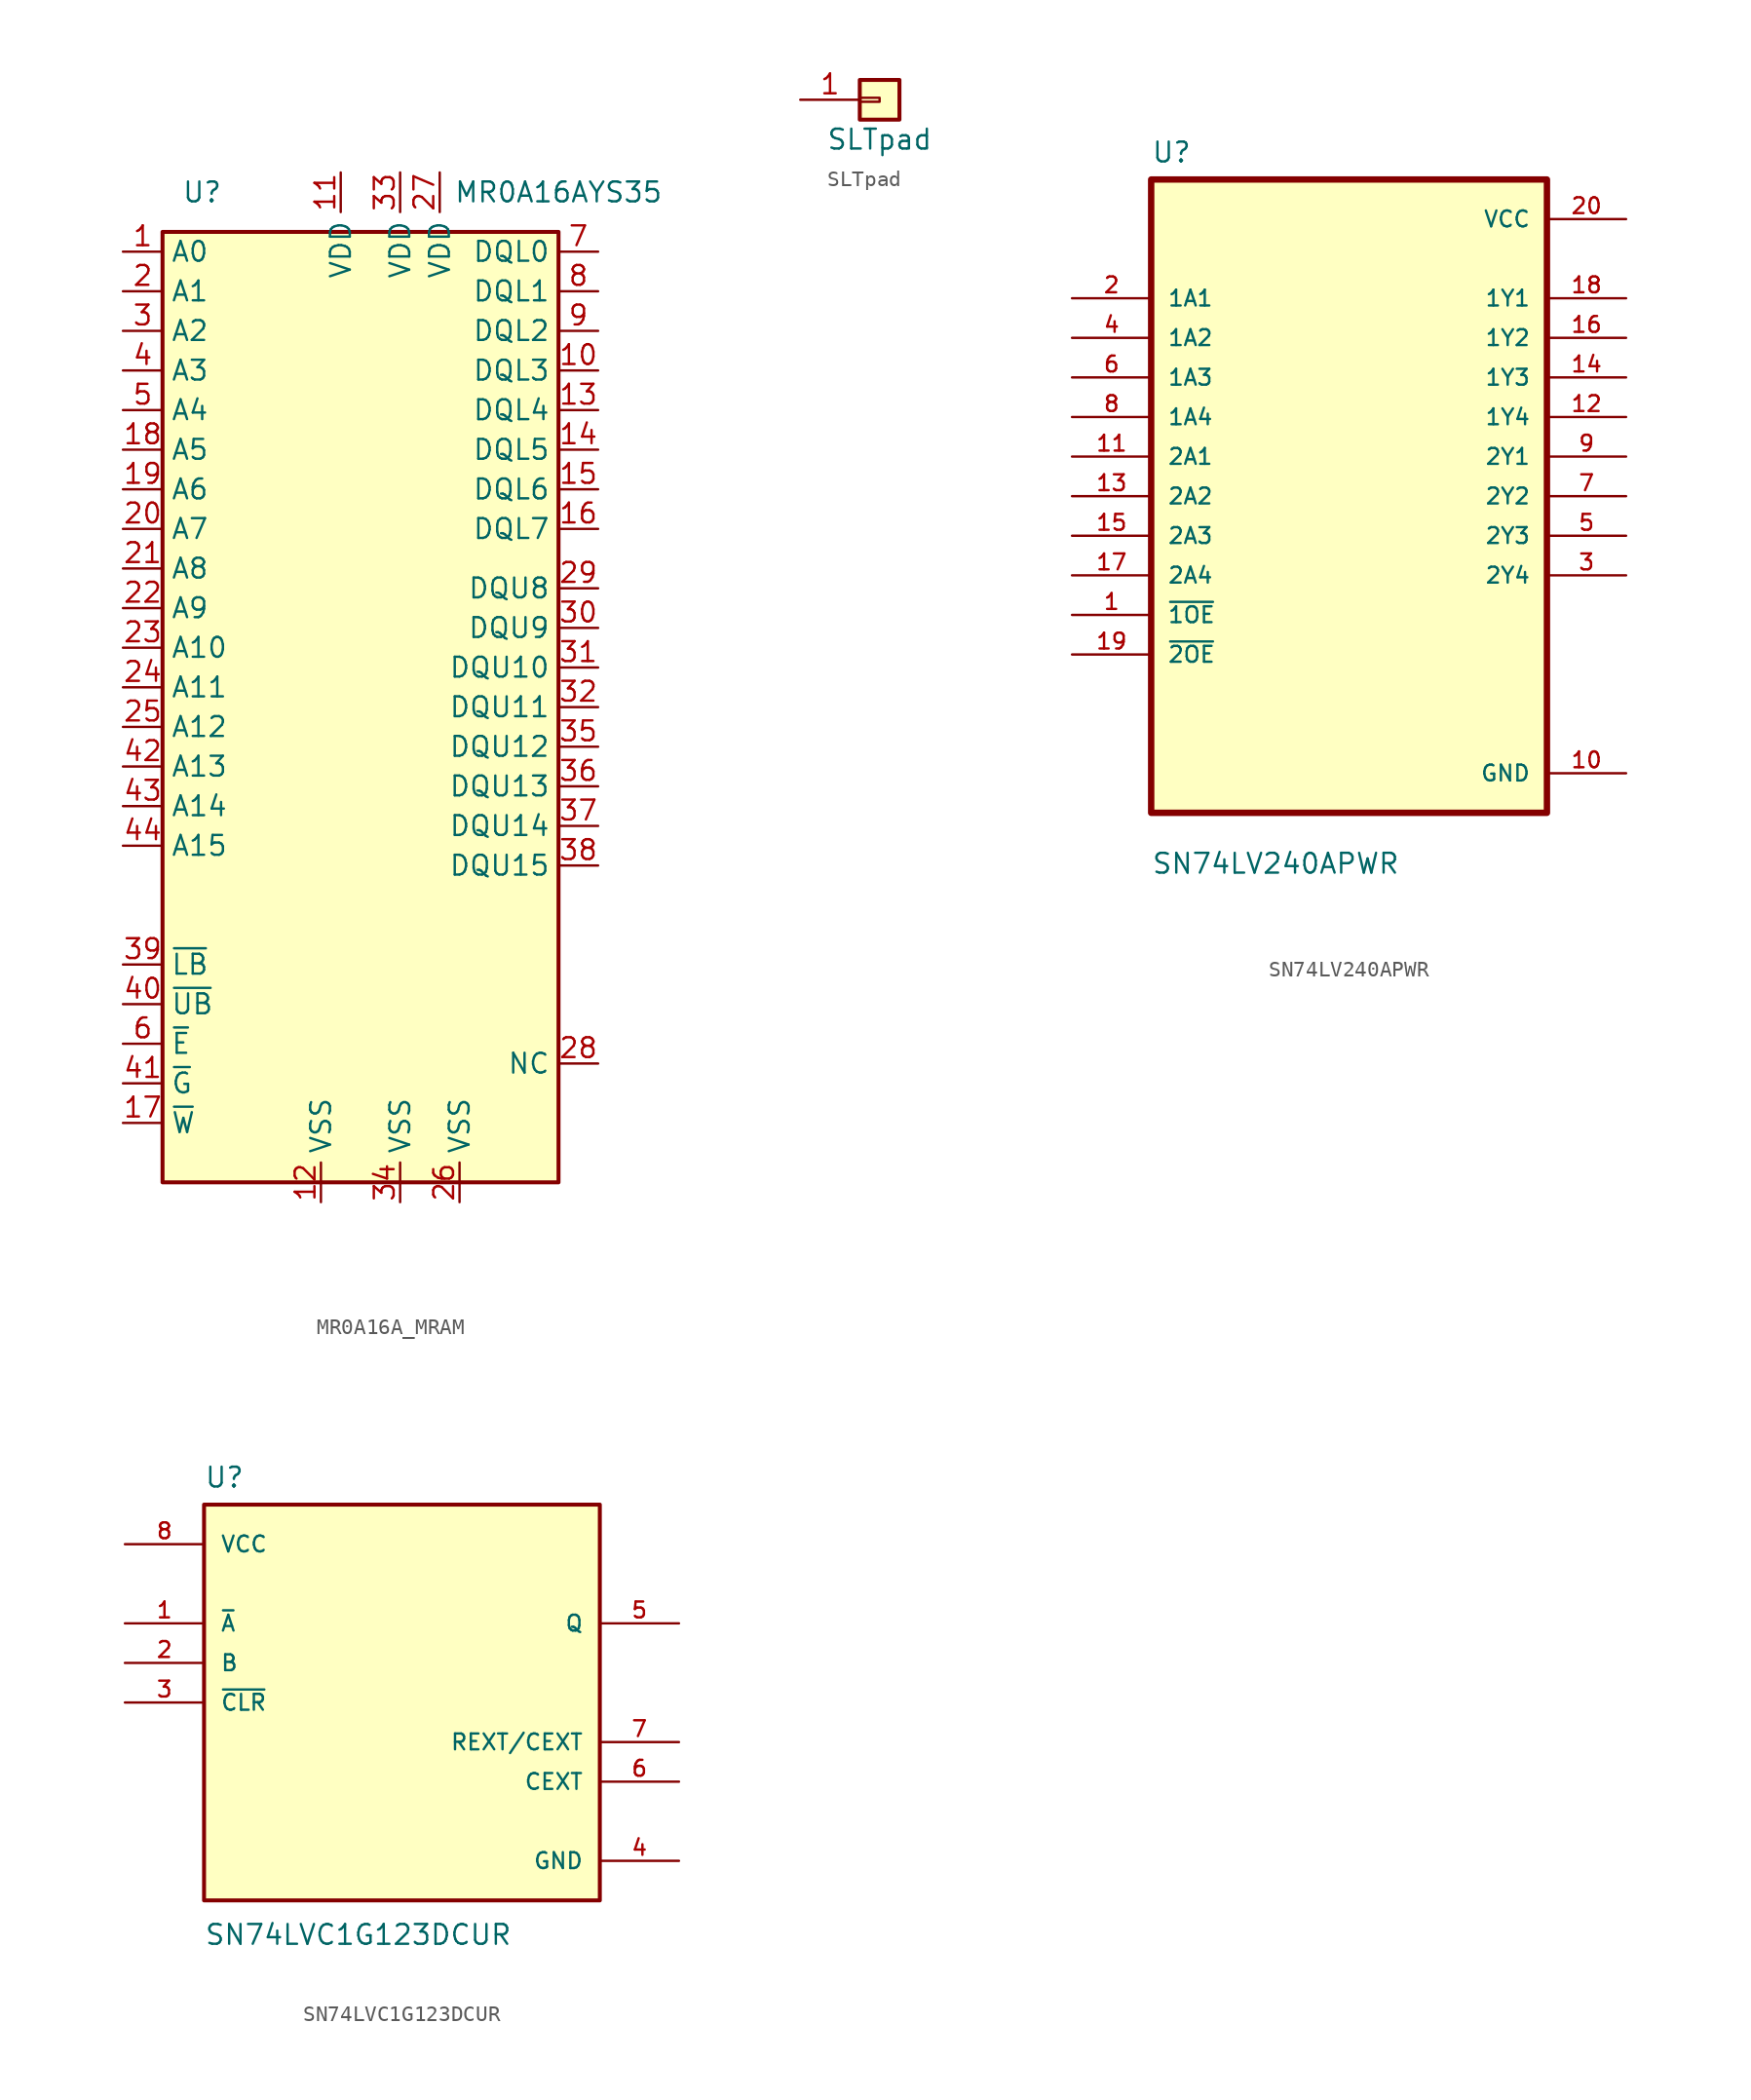
<source format=kicad_sym>
(kicad_symbol_lib
  (version 20220914)
  (generator kicad_symbol_editor)
  (symbol "MR0A16A_MRAM"
    (property "Reference" "U"
      (at -10.16 31.75 0)
      (effects (font (size 1.27 1.27))))
    (property "Value" "MR0A16AYS35"
      (at 12.7 31.75 0)
      (effects (font (size 1.27 1.27))))
    (symbol "MR0A16A_MRAM_0_1"
      (rectangle (start -12.7 29.21) (end 12.7 -31.75) (stroke (width 0.254) (type default)) (fill (type background))))
    (symbol "MR0A16A_MRAM_1_1"
      (pin input line (at -15.24 27.94 0) (length 2.54) (name "A0" (effects (font (size 1.27 1.27)))) (number "1" (effects (font (size 1.27 1.27)))))
      (pin bidirectional line (at 15.24 20.32 180) (length 2.54) (name "DQL3" (effects (font (size 1.27 1.27)))) (number "10" (effects (font (size 1.27 1.27)))))
      (pin power_in line (at -1.27 33.02 270) (length 2.54) (name "VDD" (effects (font (size 1.27 1.27)))) (number "11" (effects (font (size 1.27 1.27)))))
      (pin power_in line (at -2.54 -33.02 90) (length 2.54) (name "VSS" (effects (font (size 1.27 1.27)))) (number "12" (effects (font (size 1.27 1.27)))))
      (pin bidirectional line (at 15.24 17.78 180) (length 2.54) (name "DQL4" (effects (font (size 1.27 1.27)))) (number "13" (effects (font (size 1.27 1.27)))))
      (pin bidirectional line (at 15.24 15.24 180) (length 2.54) (name "DQL5" (effects (font (size 1.27 1.27)))) (number "14" (effects (font (size 1.27 1.27)))))
      (pin bidirectional line (at 15.24 12.7 180) (length 2.54) (name "DQL6" (effects (font (size 1.27 1.27)))) (number "15" (effects (font (size 1.27 1.27)))))
      (pin bidirectional line (at 15.24 10.16 180) (length 2.54) (name "DQL7" (effects (font (size 1.27 1.27)))) (number "16" (effects (font (size 1.27 1.27)))))
      (pin input line (at -15.24 -27.94 0) (length 2.54) (name "~{W}" (effects (font (size 1.27 1.27)))) (number "17" (effects (font (size 1.27 1.27)))))
      (pin input line (at -15.24 15.24 0) (length 2.54) (name "A5" (effects (font (size 1.27 1.27)))) (number "18" (effects (font (size 1.27 1.27)))))
      (pin input line (at -15.24 12.7 0) (length 2.54) (name "A6" (effects (font (size 1.27 1.27)))) (number "19" (effects (font (size 1.27 1.27)))))
      (pin input line (at -15.24 25.4 0) (length 2.54) (name "A1" (effects (font (size 1.27 1.27)))) (number "2" (effects (font (size 1.27 1.27)))))
      (pin input line (at -15.24 10.16 0) (length 2.54) (name "A7" (effects (font (size 1.27 1.27)))) (number "20" (effects (font (size 1.27 1.27)))))
      (pin input line (at -15.24 7.62 0) (length 2.54) (name "A8" (effects (font (size 1.27 1.27)))) (number "21" (effects (font (size 1.27 1.27)))))
      (pin input line (at -15.24 5.08 0) (length 2.54) (name "A9" (effects (font (size 1.27 1.27)))) (number "22" (effects (font (size 1.27 1.27)))))
      (pin input line (at -15.24 2.54 0) (length 2.54) (name "A10" (effects (font (size 1.27 1.27)))) (number "23" (effects (font (size 1.27 1.27)))))
      (pin input line (at -15.24 0 0) (length 2.54) (name "A11" (effects (font (size 1.27 1.27)))) (number "24" (effects (font (size 1.27 1.27)))))
      (pin input line (at -15.24 -2.54 0) (length 2.54) (name "A12" (effects (font (size 1.27 1.27)))) (number "25" (effects (font (size 1.27 1.27)))))
      (pin power_in line (at 6.35 -33.02 90) (length 2.54) (name "VSS" (effects (font (size 1.27 1.27)))) (number "26" (effects (font (size 1.27 1.27)))))
      (pin power_in line (at 5.08 33.02 270) (length 2.54) (name "VDD" (effects (font (size 1.27 1.27)))) (number "27" (effects (font (size 1.27 1.27)))))
      (pin free line (at 15.24 -24.13 180) (length 2.54) (name "NC" (effects (font (size 1.27 1.27)))) (number "28" (effects (font (size 1.27 1.27)))))
      (pin bidirectional line (at 15.24 6.35 180) (length 2.54) (name "DQU8" (effects (font (size 1.27 1.27)))) (number "29" (effects (font (size 1.27 1.27)))))
      (pin input line (at -15.24 22.86 0) (length 2.54) (name "A2" (effects (font (size 1.27 1.27)))) (number "3" (effects (font (size 1.27 1.27)))))
      (pin bidirectional line (at 15.24 3.81 180) (length 2.54) (name "DQU9" (effects (font (size 1.27 1.27)))) (number "30" (effects (font (size 1.27 1.27)))))
      (pin bidirectional line (at 15.24 1.27 180) (length 2.54) (name "DQU10" (effects (font (size 1.27 1.27)))) (number "31" (effects (font (size 1.27 1.27)))))
      (pin bidirectional line (at 15.24 -1.27 180) (length 2.54) (name "DQU11" (effects (font (size 1.27 1.27)))) (number "32" (effects (font (size 1.27 1.27)))))
      (pin power_in line (at 2.54 33.02 270) (length 2.54) (name "VDD" (effects (font (size 1.27 1.27)))) (number "33" (effects (font (size 1.27 1.27)))))
      (pin power_in line (at 2.54 -33.02 90) (length 2.54) (name "VSS" (effects (font (size 1.27 1.27)))) (number "34" (effects (font (size 1.27 1.27)))))
      (pin bidirectional line (at 15.24 -3.81 180) (length 2.54) (name "DQU12" (effects (font (size 1.27 1.27)))) (number "35" (effects (font (size 1.27 1.27)))))
      (pin bidirectional line (at 15.24 -6.35 180) (length 2.54) (name "DQU13" (effects (font (size 1.27 1.27)))) (number "36" (effects (font (size 1.27 1.27)))))
      (pin bidirectional line (at 15.24 -8.89 180) (length 2.54) (name "DQU14" (effects (font (size 1.27 1.27)))) (number "37" (effects (font (size 1.27 1.27)))))
      (pin bidirectional line (at 15.24 -11.43 180) (length 2.54) (name "DQU15" (effects (font (size 1.27 1.27)))) (number "38" (effects (font (size 1.27 1.27)))))
      (pin input line (at -15.24 -17.78 0) (length 2.54) (name "~{LB}" (effects (font (size 1.27 1.27)))) (number "39" (effects (font (size 1.27 1.27)))))
      (pin input line (at -15.24 20.32 0) (length 2.54) (name "A3" (effects (font (size 1.27 1.27)))) (number "4" (effects (font (size 1.27 1.27)))))
      (pin input line (at -15.24 -20.32 0) (length 2.54) (name "~{UB}" (effects (font (size 1.27 1.27)))) (number "40" (effects (font (size 1.27 1.27)))))
      (pin input line (at -15.24 -25.4 0) (length 2.54) (name "~{G}" (effects (font (size 1.27 1.27)))) (number "41" (effects (font (size 1.27 1.27)))))
      (pin input line (at -15.24 -5.08 0) (length 2.54) (name "A13" (effects (font (size 1.27 1.27)))) (number "42" (effects (font (size 1.27 1.27)))))
      (pin input line (at -15.24 -7.62 0) (length 2.54) (name "A14" (effects (font (size 1.27 1.27)))) (number "43" (effects (font (size 1.27 1.27)))))
      (pin input line (at -15.24 -10.16 0) (length 2.54) (name "A15" (effects (font (size 1.27 1.27)))) (number "44" (effects (font (size 1.27 1.27)))))
      (pin input line (at -15.24 17.78 0) (length 2.54) (name "A4" (effects (font (size 1.27 1.27)))) (number "5" (effects (font (size 1.27 1.27)))))
      (pin input line (at -15.24 -22.86 0) (length 2.54) (name "~{E}" (effects (font (size 1.27 1.27)))) (number "6" (effects (font (size 1.27 1.27)))))
      (pin bidirectional line (at 15.24 27.94 180) (length 2.54) (name "DQL0" (effects (font (size 1.27 1.27)))) (number "7" (effects (font (size 1.27 1.27)))))
      (pin bidirectional line (at 15.24 25.4 180) (length 2.54) (name "DQL1" (effects (font (size 1.27 1.27)))) (number "8" (effects (font (size 1.27 1.27)))))
      (pin bidirectional line (at 15.24 22.86 180) (length 2.54) (name "DQL2" (effects (font (size 1.27 1.27)))) (number "9" (effects (font (size 1.27 1.27)))))))
  (symbol "SLTpad"
    (pin_names
      (offset 1.016) hide)
    (property "Reference" "P"
      (at 0 2.54 0)
      (effects (font (size 1.27 1.27)) hide))
    (property "Value" "SLTpad"
      (at 0 -2.54 0)
      (effects (font (size 1.27 1.27))))
    (symbol "SLTpad_1_1"
      (rectangle (start -1.27 0.127) (end 0 -0.127) (stroke (width 0.152) (type default)) (fill (type none)))
      (rectangle (start -1.27 1.27) (end 1.27 -1.27) (stroke (width 0.254) (type default)) (fill (type background)))
      (pin passive line (at -5.08 0 0) (length 3.81) (name "Pin_1" (effects (font (size 1.27 1.27)))) (number "1" (effects (font (size 1.27 1.27)))))))
  (symbol "SN74LV240APWR"
    (pin_names
      (offset 1.016))
    (property "Reference" "U"
      (at -12.7 21.32 0)
      (effects (font (size 1.27 1.27)) (justify left bottom)))
    (property "Value" "SN74LV240APWR"
      (at -12.7 -24.32 0)
      (effects (font (size 1.27 1.27)) (justify left bottom)))
    (symbol "SN74LV240APWR_0_0"
      (rectangle (start -12.7 -20.32) (end 12.7 20.32) (stroke (width 0.41) (type default)) (fill (type background)))
      (pin input line (at -17.78 -7.62 0) (length 5.08) (name "~{1OE}" (effects (font (size 1.016 1.016)))) (number "1" (effects (font (size 1.016 1.016)))))
      (pin power_in line (at 17.78 -17.78 180) (length 5.08) (name "GND" (effects (font (size 1.016 1.016)))) (number "10" (effects (font (size 1.016 1.016)))))
      (pin input line (at -17.78 2.54 0) (length 5.08) (name "2A1" (effects (font (size 1.016 1.016)))) (number "11" (effects (font (size 1.016 1.016)))))
      (pin output line (at 17.78 5.08 180) (length 5.08) (name "1Y4" (effects (font (size 1.016 1.016)))) (number "12" (effects (font (size 1.016 1.016)))))
      (pin input line (at -17.78 0 0) (length 5.08) (name "2A2" (effects (font (size 1.016 1.016)))) (number "13" (effects (font (size 1.016 1.016)))))
      (pin output line (at 17.78 7.62 180) (length 5.08) (name "1Y3" (effects (font (size 1.016 1.016)))) (number "14" (effects (font (size 1.016 1.016)))))
      (pin input line (at -17.78 -2.54 0) (length 5.08) (name "2A3" (effects (font (size 1.016 1.016)))) (number "15" (effects (font (size 1.016 1.016)))))
      (pin output line (at 17.78 10.16 180) (length 5.08) (name "1Y2" (effects (font (size 1.016 1.016)))) (number "16" (effects (font (size 1.016 1.016)))))
      (pin input line (at -17.78 -5.08 0) (length 5.08) (name "2A4" (effects (font (size 1.016 1.016)))) (number "17" (effects (font (size 1.016 1.016)))))
      (pin output line (at 17.78 12.7 180) (length 5.08) (name "1Y1" (effects (font (size 1.016 1.016)))) (number "18" (effects (font (size 1.016 1.016)))))
      (pin input line (at -17.78 -10.16 0) (length 5.08) (name "~{2OE}" (effects (font (size 1.016 1.016)))) (number "19" (effects (font (size 1.016 1.016)))))
      (pin input line (at -17.78 12.7 0) (length 5.08) (name "1A1" (effects (font (size 1.016 1.016)))) (number "2" (effects (font (size 1.016 1.016)))))
      (pin power_in line (at 17.78 17.78 180) (length 5.08) (name "VCC" (effects (font (size 1.016 1.016)))) (number "20" (effects (font (size 1.016 1.016)))))
      (pin output line (at 17.78 -5.08 180) (length 5.08) (name "2Y4" (effects (font (size 1.016 1.016)))) (number "3" (effects (font (size 1.016 1.016)))))
      (pin input line (at -17.78 10.16 0) (length 5.08) (name "1A2" (effects (font (size 1.016 1.016)))) (number "4" (effects (font (size 1.016 1.016)))))
      (pin output line (at 17.78 -2.54 180) (length 5.08) (name "2Y3" (effects (font (size 1.016 1.016)))) (number "5" (effects (font (size 1.016 1.016)))))
      (pin input line (at -17.78 7.62 0) (length 5.08) (name "1A3" (effects (font (size 1.016 1.016)))) (number "6" (effects (font (size 1.016 1.016)))))
      (pin output line (at 17.78 0 180) (length 5.08) (name "2Y2" (effects (font (size 1.016 1.016)))) (number "7" (effects (font (size 1.016 1.016)))))
      (pin input line (at -17.78 5.08 0) (length 5.08) (name "1A4" (effects (font (size 1.016 1.016)))) (number "8" (effects (font (size 1.016 1.016)))))
      (pin output line (at 17.78 2.54 180) (length 5.08) (name "2Y1" (effects (font (size 1.016 1.016)))) (number "9" (effects (font (size 1.016 1.016)))))))
  (symbol "SN74LVC1G123DCUR"
    (pin_names
      (offset 1.016))
    (property "Reference" "U"
      (at -12.7 13.7 0)
      (effects (font (size 1.27 1.27)) (justify left bottom)))
    (property "Value" "SN74LVC1G123DCUR"
      (at -12.7 -14.16 0)
      (effects (font (size 1.27 1.27)) (justify left top)))
    (symbol "SN74LVC1G123DCUR_0_0"
      (rectangle (start -12.7 -12.7) (end 12.7 12.7) (stroke (width 0.254) (type default)) (fill (type background)))
      (pin input line (at -17.78 5.08 0) (length 5.08) (name "~{A}" (effects (font (size 1.016 1.016)))) (number "1" (effects (font (size 1.016 1.016)))))
      (pin input line (at -17.78 2.54 0) (length 5.08) (name "B" (effects (font (size 1.016 1.016)))) (number "2" (effects (font (size 1.016 1.016)))))
      (pin input line (at -17.78 0 0) (length 5.08) (name "~{CLR}" (effects (font (size 1.016 1.016)))) (number "3" (effects (font (size 1.016 1.016)))))
      (pin power_in line (at 17.78 -10.16 180) (length 5.08) (name "GND" (effects (font (size 1.016 1.016)))) (number "4" (effects (font (size 1.016 1.016)))))
      (pin output line (at 17.78 5.08 180) (length 5.08) (name "Q" (effects (font (size 1.016 1.016)))) (number "5" (effects (font (size 1.016 1.016)))))
      (pin passive line (at 17.78 -5.08 180) (length 5.08) (name "CEXT" (effects (font (size 1.016 1.016)))) (number "6" (effects (font (size 1.016 1.016)))))
      (pin passive line (at 17.78 -2.54 180) (length 5.08) (name "REXT/CEXT" (effects (font (size 1.016 1.016)))) (number "7" (effects (font (size 1.016 1.016)))))
      (pin power_in line (at -17.78 10.16 0) (length 5.08) (name "VCC" (effects (font (size 1.016 1.016)))) (number "8" (effects (font (size 1.016 1.016))))))))
</source>
